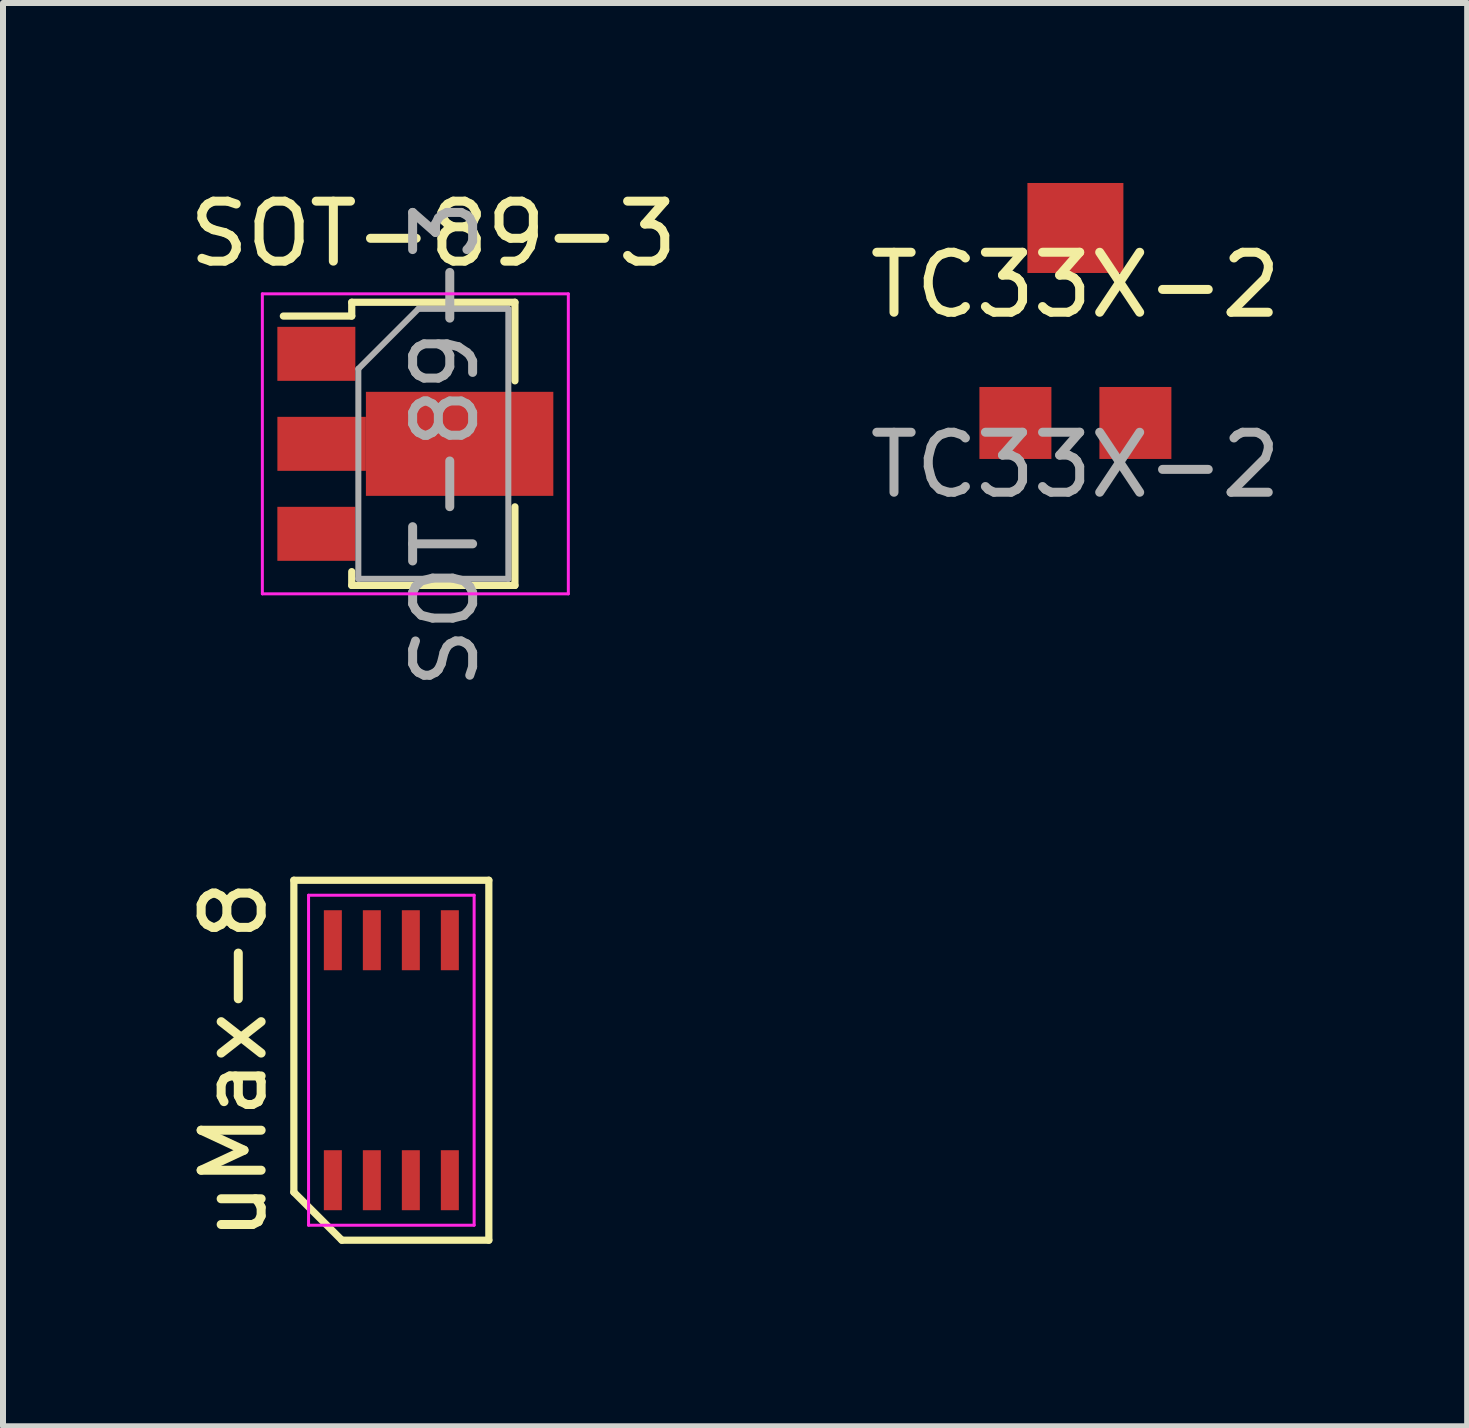
<source format=kicad_pcb>
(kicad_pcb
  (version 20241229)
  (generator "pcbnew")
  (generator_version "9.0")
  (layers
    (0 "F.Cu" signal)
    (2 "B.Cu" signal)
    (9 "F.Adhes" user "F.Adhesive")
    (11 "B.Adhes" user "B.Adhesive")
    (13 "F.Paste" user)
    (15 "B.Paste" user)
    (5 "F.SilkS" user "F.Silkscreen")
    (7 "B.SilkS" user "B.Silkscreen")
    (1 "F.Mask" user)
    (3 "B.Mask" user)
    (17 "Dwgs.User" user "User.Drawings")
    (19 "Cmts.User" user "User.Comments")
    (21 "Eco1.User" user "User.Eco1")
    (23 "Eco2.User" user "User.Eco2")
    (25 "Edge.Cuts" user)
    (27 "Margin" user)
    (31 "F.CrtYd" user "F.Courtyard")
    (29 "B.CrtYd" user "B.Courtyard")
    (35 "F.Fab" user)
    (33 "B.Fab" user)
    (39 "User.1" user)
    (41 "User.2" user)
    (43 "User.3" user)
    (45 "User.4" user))
  (footprint "TC33X-2"
    (layer "F.Cu")
    (at 14.875 2.2)
    (property "Reference" "TC33X-2" (at 0 -0.5 0) (unlocked yes) (layer "F.SilkS") (effects (font (size 1 1) (thickness 0.15))))
    (attr smd)
    (fp_text user "${REFERENCE}" (at 0 2.5 0) (unlocked yes) (layer "F.Fab") (effects (font (size 1 1) (thickness 0.15))))
    (pad "1" smd rect (at -1 1.8) (size 1.2 1.2) (layers "F.Cu" "F.Mask" "F.Paste"))
    (pad "2" smd rect (at 0 -1.45) (size 1.6 1.5) (layers "F.Cu" "F.Mask" "F.Paste"))
    (pad "3" smd rect (at 1 1.8) (size 1.2 1.2) (layers "F.Cu" "F.Mask" "F.Paste")))
  (footprint "uMax-8"
    (layer "F.Cu")
    (at 3.473 14.622)
    (property "Reference" "uMax-8" (at -2.625 0 90) (layer "F.SilkS") (effects (font (size 1 1) (thickness 0.15))))
    (attr smd)
    (fp_line (start -1.625 -3) (end 1.625 -3) (stroke (width 0.12) (type solid)) (layer "F.SilkS"))
    (fp_line (start -1.625 2.2) (end -1.625 -3) (stroke (width 0.12) (type solid)) (layer "F.SilkS"))
    (fp_line (start -0.825 3) (end -1.625 2.2) (stroke (width 0.12) (type solid)) (layer "F.SilkS"))
    (fp_line (start 1.625 -3) (end 1.625 3) (stroke (width 0.12) (type solid)) (layer "F.SilkS"))
    (fp_line (start 1.625 3) (end -0.825 3) (stroke (width 0.12) (type solid)) (layer "F.SilkS"))
    (fp_line (start -1.38 -2.75) (end 1.38 -2.75) (stroke (width 0.05) (type solid)) (layer "F.CrtYd"))
    (fp_line (start -1.38 2.75) (end -1.38 -2.75) (stroke (width 0.05) (type solid)) (layer "F.CrtYd"))
    (fp_line (start 1.38 -2.75) (end 1.38 2.75) (stroke (width 0.05) (type solid)) (layer "F.CrtYd"))
    (fp_line (start 1.38 2.75) (end -1.38 2.75) (stroke (width 0.05) (type solid)) (layer "F.CrtYd"))
    (pad "1" smd rect (at -0.975 2) (size 0.3 1) (layers "F.Cu" "F.Mask" "F.Paste"))
    (pad "2" smd rect (at -0.325 2) (size 0.3 1) (layers "F.Cu" "F.Mask" "F.Paste"))
    (pad "3" smd rect (at 0.325 2) (size 0.3 1) (layers "F.Cu" "F.Mask" "F.Paste"))
    (pad "4" smd rect (at 0.975 2) (size 0.3 1) (layers "F.Cu" "F.Mask" "F.Paste"))
    (pad "5" smd rect (at 0.975 -2) (size 0.3 1) (layers "F.Cu" "F.Mask" "F.Paste"))
    (pad "6" smd rect (at 0.325 -2) (size 0.3 1) (layers "F.Cu" "F.Mask" "F.Paste"))
    (pad "7" smd rect (at -0.325 -2) (size 0.3 1) (layers "F.Cu" "F.Mask" "F.Paste"))
    (pad "8" smd rect (at -0.975 -2) (size 0.3 1) (layers "F.Cu" "F.Mask" "F.Paste")))
  (footprint "SOT-89-3"
    (layer "F.Cu")
    (at 3.873 4.348)
    (property "Reference" "SOT-89-3" (at 0.3 -3.5 0) (layer "F.SilkS") (effects (font (size 1 1) (thickness 0.15))))
    (attr smd)
    (fp_line (start -2.2 -2.13) (end -1.06 -2.13) (stroke (width 0.12) (type solid)) (layer "F.SilkS"))
    (fp_line (start -1.06 -2.36) (end -1.06 -2.13) (stroke (width 0.12) (type solid)) (layer "F.SilkS"))
    (fp_line (start -1.06 -2.36) (end 1.66 -2.36) (stroke (width 0.12) (type solid)) (layer "F.SilkS"))
    (fp_line (start -1.06 2.36) (end -1.06 2.13) (stroke (width 0.12) (type solid)) (layer "F.SilkS"))
    (fp_line (start 1.66 -2.36) (end 1.66 -1.05) (stroke (width 0.12) (type solid)) (layer "F.SilkS"))
    (fp_line (start 1.66 1.05) (end 1.66 2.36) (stroke (width 0.12) (type solid)) (layer "F.SilkS"))
    (fp_line (start 1.66 2.36) (end -1.06 2.36) (stroke (width 0.12) (type solid)) (layer "F.SilkS"))
    (fp_line (start -2.55 2.5) (end -2.55 -2.5) (stroke (width 0.05) (type solid)) (layer "F.CrtYd"))
    (fp_line (start -2.55 2.5) (end 2.55 2.5) (stroke (width 0.05) (type solid)) (layer "F.CrtYd"))
    (fp_line (start 2.55 -2.5) (end -2.55 -2.5) (stroke (width 0.05) (type solid)) (layer "F.CrtYd"))
    (fp_line (start 2.55 -2.5) (end 2.55 2.5) (stroke (width 0.05) (type solid)) (layer "F.CrtYd"))
    (fp_line (start -0.95 -1.25) (end 0.05 -2.25) (stroke (width 0.1) (type solid)) (layer "F.Fab"))
    (fp_line (start -0.95 2.25) (end -0.95 -1.25) (stroke (width 0.1) (type solid)) (layer "F.Fab"))
    (fp_line (start 0.05 -2.25) (end 1.55 -2.25) (stroke (width 0.1) (type solid)) (layer "F.Fab"))
    (fp_line (start 1.55 -2.25) (end 1.55 2.25) (stroke (width 0.1) (type solid)) (layer "F.Fab"))
    (fp_line (start 1.55 2.25) (end -0.95 2.25) (stroke (width 0.1) (type solid)) (layer "F.Fab"))
    (fp_text user "${REFERENCE}" (at 0.5 0 90) (layer "F.Fab") (effects (font (size 1 1) (thickness 0.15))))
    (pad "1" smd rect (at -1.65 1.5) (size 1.3 0.9) (layers "F.Cu" "F.Mask" "F.Paste"))
    (pad "2" smd custom (at -1.562 0) (size 1.475 0.9) (layers "F.Cu" "F.Mask" "F.Paste") (options (anchor rect)) (primitives (gr_poly (pts (xy 3.862 0.867) (xy 0.738 0.867) (xy 0.738 -0.867) (xy 3.862 -0.867)) (width 0) (fill yes))))
    (pad "3" smd rect (at -1.65 -1.5) (size 1.3 0.9) (layers "F.Cu" "F.Mask" "F.Paste")))
  (gr_rect
    (start -3 -3)
    (end 21.405 20.723)
    (stroke (width 0.1) (type default))
    (fill no)
    (layer "Edge.Cuts")))
</source>
